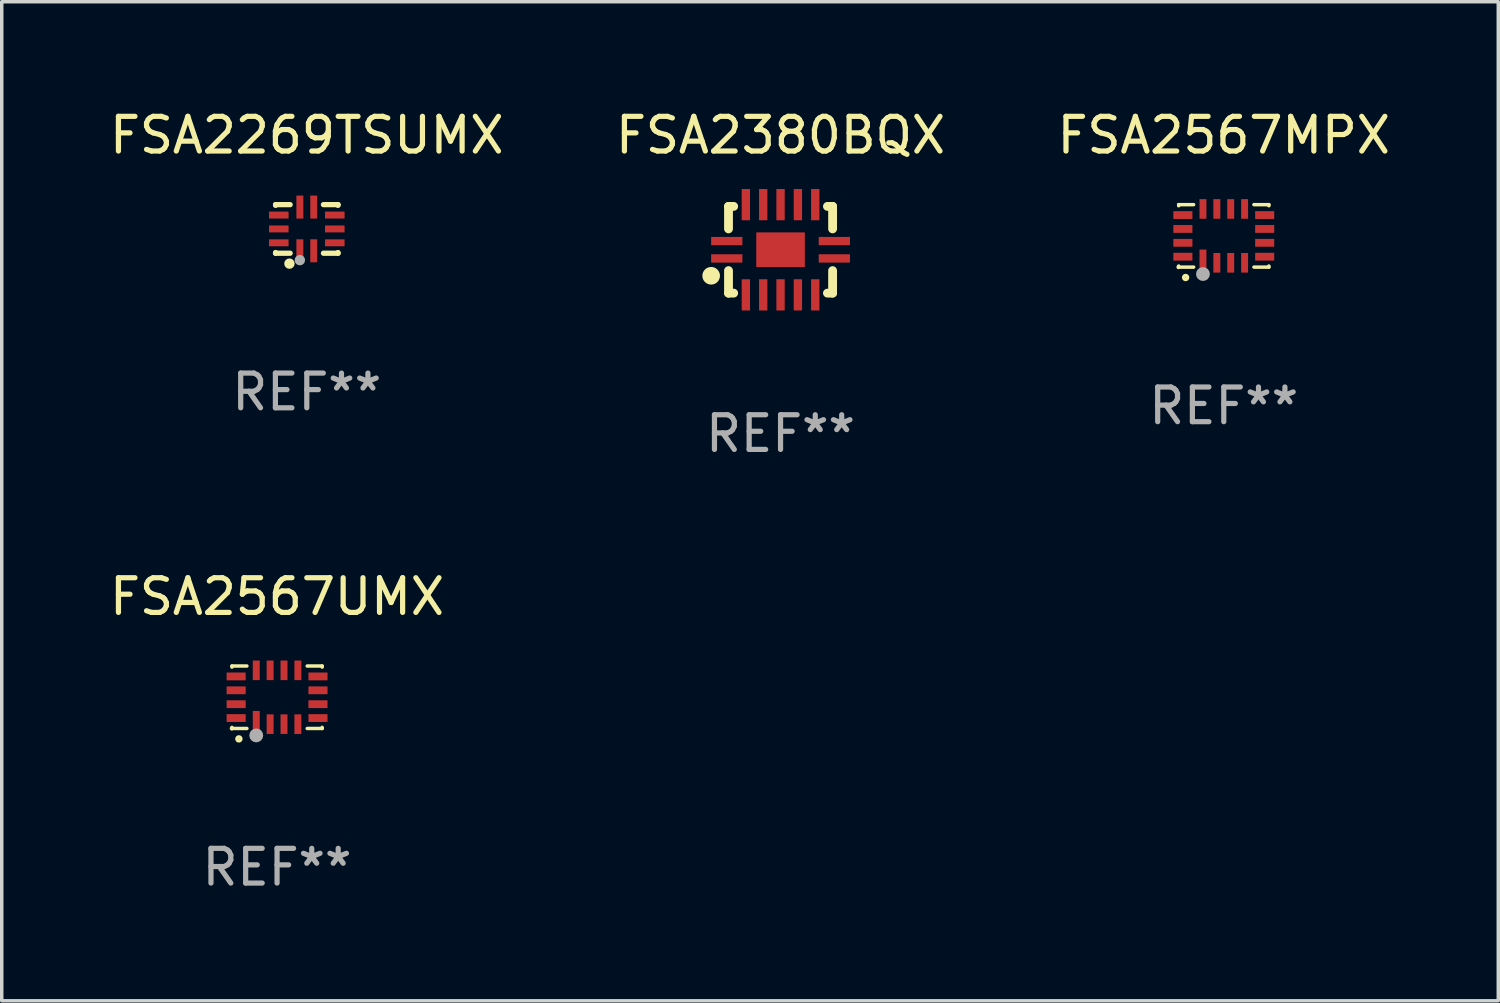
<source format=kicad_pcb>
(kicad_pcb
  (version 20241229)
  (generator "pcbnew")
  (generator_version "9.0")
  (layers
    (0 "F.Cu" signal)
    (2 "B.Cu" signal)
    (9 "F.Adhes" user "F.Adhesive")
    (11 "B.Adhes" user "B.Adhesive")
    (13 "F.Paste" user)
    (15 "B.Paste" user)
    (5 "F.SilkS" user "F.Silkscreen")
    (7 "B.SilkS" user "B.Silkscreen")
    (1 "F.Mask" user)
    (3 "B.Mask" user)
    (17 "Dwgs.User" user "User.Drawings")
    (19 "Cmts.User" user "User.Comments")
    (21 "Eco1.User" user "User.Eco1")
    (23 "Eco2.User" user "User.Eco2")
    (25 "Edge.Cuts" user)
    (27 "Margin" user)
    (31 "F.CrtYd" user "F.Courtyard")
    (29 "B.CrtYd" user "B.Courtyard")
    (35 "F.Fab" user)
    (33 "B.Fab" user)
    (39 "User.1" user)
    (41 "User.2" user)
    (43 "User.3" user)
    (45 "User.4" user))
  (footprint "FSA2567MPX"
    (layer "F.Cu")
    (at 32.22 3.748)
    (property "Reference" "FSA2567MPX" (at 0 -2.9 0) (layer "F.SilkS") (effects (font (size 1 1) (thickness 0.15))))
    (attr through_hole)
    (fp_line (start -1.3 -0.9) (end -0.869 -0.9) (stroke (width 0.1) (type solid)) (layer "F.SilkS"))
    (fp_line (start -1.3 -0.869) (end -1.3 -0.9) (stroke (width 0.1) (type solid)) (layer "F.SilkS"))
    (fp_line (start -1.3 0.9) (end -1.3 0.869) (stroke (width 0.1) (type solid)) (layer "F.SilkS"))
    (fp_line (start -1.3 0.9) (end -0.869 0.9) (stroke (width 0.1) (type solid)) (layer "F.SilkS"))
    (fp_line (start 0.869 -0.9) (end 1.3 -0.9) (stroke (width 0.1) (type solid)) (layer "F.SilkS"))
    (fp_line (start 0.869 0.9) (end 1.3 0.9) (stroke (width 0.1) (type solid)) (layer "F.SilkS"))
    (fp_line (start 1.3 -0.9) (end 1.3 -0.869) (stroke (width 0.1) (type solid)) (layer "F.SilkS"))
    (fp_line (start 1.3 0.869) (end 1.3 0.9) (stroke (width 0.1) (type solid)) (layer "F.SilkS"))
    (fp_circle (center -1.305 0.9) (end -1.275 0.9) (stroke (width 0.06) (type solid)) (fill no) (layer "F.SilkS"))
    (fp_circle (center -1.1 1.2) (end -1.043 1.2) (stroke (width 0.1) (type solid)) (fill no) (layer "F.SilkS"))
    (fp_circle (center -0.6 1.1) (end -0.5 1.1) (stroke (width 0.2) (type solid)) (fill no) (layer "F.Fab"))
    (fp_text user "REF**" (at 0 4.9 0) (layer "F.Fab") (effects (font (size 1 1) (thickness 0.15))))
    (pad "1" smd rect (at -0.6 0.726 90) (size 0.663 0.2) (layers "F.Cu" "F.Mask" "F.Paste"))
    (pad "2" smd rect (at -0.2 0.776) (size 0.2 0.565) (layers "F.Cu" "F.Mask" "F.Paste"))
    (pad "3" smd rect (at 0.2 0.776) (size 0.2 0.565) (layers "F.Cu" "F.Mask" "F.Paste"))
    (pad "4" smd rect (at 0.6 0.776) (size 0.2 0.565) (layers "F.Cu" "F.Mask" "F.Paste"))
    (pad "5" smd rect (at 1.179 0.6) (size 0.55 0.225) (layers "F.Cu" "F.Mask" "F.Paste"))
    (pad "6" smd rect (at 1.179 0.2) (size 0.55 0.225) (layers "F.Cu" "F.Mask" "F.Paste"))
    (pad "7" smd rect (at 1.179 -0.2) (size 0.55 0.225) (layers "F.Cu" "F.Mask" "F.Paste"))
    (pad "8" smd rect (at 1.179 -0.6) (size 0.55 0.225) (layers "F.Cu" "F.Mask" "F.Paste"))
    (pad "9" smd rect (at 0.6 -0.776) (size 0.2 0.565) (layers "F.Cu" "F.Mask" "F.Paste"))
    (pad "10" smd rect (at 0.2 -0.776) (size 0.2 0.565) (layers "F.Cu" "F.Mask" "F.Paste"))
    (pad "11" smd rect (at -0.2 -0.776) (size 0.2 0.565) (layers "F.Cu" "F.Mask" "F.Paste"))
    (pad "12" smd rect (at -0.6 -0.776) (size 0.2 0.565) (layers "F.Cu" "F.Mask" "F.Paste"))
    (pad "13" smd rect (at -1.179 -0.6) (size 0.55 0.225) (layers "F.Cu" "F.Mask" "F.Paste"))
    (pad "14" smd rect (at -1.179 -0.2) (size 0.55 0.225) (layers "F.Cu" "F.Mask" "F.Paste"))
    (pad "15" smd rect (at -1.179 0.2) (size 0.55 0.225) (layers "F.Cu" "F.Mask" "F.Paste"))
    (pad "16" smd rect (at -1.179 0.6) (size 0.55 0.225) (layers "F.Cu" "F.Mask" "F.Paste")))
  (footprint "FSA2269TSUMX"
    (layer "F.Cu")
    (at 5.792 3.548)
    (property "Reference" "FSA2269TSUMX" (at 0 -2.7 0) (layer "F.SilkS") (effects (font (size 1 1) (thickness 0.15))))
    (attr through_hole)
    (fp_line (start -0.9 -0.7) (end -0.9 -0.68) (stroke (width 0.152) (type solid)) (layer "F.SilkS"))
    (fp_line (start -0.9 0.68) (end -0.9 0.7) (stroke (width 0.152) (type solid)) (layer "F.SilkS"))
    (fp_line (start -0.9 0.7) (end -0.48 0.7) (stroke (width 0.152) (type solid)) (layer "F.SilkS"))
    (fp_line (start -0.48 -0.7) (end -0.9 -0.7) (stroke (width 0.152) (type solid)) (layer "F.SilkS"))
    (fp_line (start 0.48 0.7) (end 0.9 0.7) (stroke (width 0.152) (type solid)) (layer "F.SilkS"))
    (fp_line (start 0.9 -0.7) (end 0.48 -0.7) (stroke (width 0.152) (type solid)) (layer "F.SilkS"))
    (fp_line (start 0.9 -0.68) (end 0.9 -0.7) (stroke (width 0.152) (type solid)) (layer "F.SilkS"))
    (fp_line (start 0.9 0.7) (end 0.9 0.68) (stroke (width 0.152) (type solid)) (layer "F.SilkS"))
    (fp_circle (center -0.9 0.7) (end -0.87 0.7) (stroke (width 0.06) (type solid)) (fill no) (layer "F.SilkS"))
    (fp_circle (center -0.5 1) (end -0.425 1) (stroke (width 0.15) (type solid)) (fill no) (layer "F.SilkS"))
    (fp_circle (center -0.2 0.9) (end -0.125 0.9) (stroke (width 0.15) (type solid)) (fill no) (layer "F.Fab"))
    (fp_text user "REF**" (at 0 4.7 0) (layer "F.Fab") (effects (font (size 1 1) (thickness 0.15))))
    (pad "1" smd rect (at -0.2 0.63) (size 0.2 0.663) (layers "F.Cu" "F.Mask" "F.Paste"))
    (pad "2" smd rect (at 0.2 0.63) (size 0.2 0.663) (layers "F.Cu" "F.Mask" "F.Paste"))
    (pad "3" smd rect (at 0.807 0.4) (size 0.563 0.2) (layers "F.Cu" "F.Mask" "F.Paste"))
    (pad "4" smd rect (at 0.807 0) (size 0.563 0.2) (layers "F.Cu" "F.Mask" "F.Paste"))
    (pad "5" smd rect (at 0.807 -0.4) (size 0.563 0.2) (layers "F.Cu" "F.Mask" "F.Paste"))
    (pad "6" smd rect (at 0.2 -0.63) (size 0.2 0.663) (layers "F.Cu" "F.Mask" "F.Paste"))
    (pad "7" smd rect (at -0.2 -0.63) (size 0.2 0.663) (layers "F.Cu" "F.Mask" "F.Paste"))
    (pad "8" smd rect (at -0.807 -0.4) (size 0.563 0.2) (layers "F.Cu" "F.Mask" "F.Paste"))
    (pad "9" smd rect (at -0.807 0) (size 0.563 0.2) (layers "F.Cu" "F.Mask" "F.Paste"))
    (pad "10" smd rect (at -0.807 0.4) (size 0.563 0.2) (layers "F.Cu" "F.Mask" "F.Paste")))
  (footprint "FSA2380BQX"
    (layer "F.Cu")
    (at 19.446 4.148)
    (property "Reference" "FSA2380BQX" (at 0 -3.3 0) (layer "F.SilkS") (effects (font (size 1 1) (thickness 0.15))))
    (attr through_hole)
    (fp_line (start -1.5 -1.25) (end -1.351 -1.25) (stroke (width 0.254) (type solid)) (layer "F.SilkS"))
    (fp_line (start -1.5 -0.601) (end -1.5 -1.25) (stroke (width 0.254) (type solid)) (layer "F.SilkS"))
    (fp_line (start -1.5 1.25) (end -1.5 0.601) (stroke (width 0.254) (type solid)) (layer "F.SilkS"))
    (fp_line (start -1.351 1.25) (end -1.5 1.25) (stroke (width 0.254) (type solid)) (layer "F.SilkS"))
    (fp_line (start 1.351 -1.25) (end 1.5 -1.25) (stroke (width 0.254) (type solid)) (layer "F.SilkS"))
    (fp_line (start 1.5 -1.25) (end 1.5 -0.601) (stroke (width 0.254) (type solid)) (layer "F.SilkS"))
    (fp_line (start 1.5 0.601) (end 1.5 1.25) (stroke (width 0.254) (type solid)) (layer "F.SilkS"))
    (fp_line (start 1.5 1.25) (end 1.351 1.25) (stroke (width 0.254) (type solid)) (layer "F.SilkS"))
    (fp_circle (center -2 0.75) (end -1.873 0.75) (stroke (width 0.254) (type solid)) (fill no) (layer "F.SilkS"))
    (fp_text user "REF**" (at 0 5.3 0) (layer "F.Fab") (effects (font (size 1 1) (thickness 0.15))))
    (pad "1" smd rect (at -1.55 0.25 180) (size 0.9 0.24) (layers "F.Cu" "F.Mask" "F.Paste"))
    (pad "2" smd rect (at -1 1.3 90) (size 0.9 0.24) (layers "F.Cu" "F.Mask" "F.Paste"))
    (pad "3" smd rect (at -0.5 1.3 90) (size 0.9 0.24) (layers "F.Cu" "F.Mask" "F.Paste"))
    (pad "4" smd rect (at 0 1.3 90) (size 0.9 0.24) (layers "F.Cu" "F.Mask" "F.Paste"))
    (pad "5" smd rect (at 0.5 1.3 90) (size 0.9 0.24) (layers "F.Cu" "F.Mask" "F.Paste"))
    (pad "6" smd rect (at 1 1.3 90) (size 0.9 0.24) (layers "F.Cu" "F.Mask" "F.Paste"))
    (pad "7" smd rect (at 1.55 0.25 180) (size 0.9 0.24) (layers "F.Cu" "F.Mask" "F.Paste"))
    (pad "8" smd rect (at 1.55 -0.25 180) (size 0.9 0.24) (layers "F.Cu" "F.Mask" "F.Paste"))
    (pad "9" smd rect (at 1 -1.3 90) (size 0.9 0.24) (layers "F.Cu" "F.Mask" "F.Paste"))
    (pad "10" smd rect (at 0.5 -1.3 90) (size 0.9 0.24) (layers "F.Cu" "F.Mask" "F.Paste"))
    (pad "11" smd rect (at 0 -1.3 90) (size 0.9 0.24) (layers "F.Cu" "F.Mask" "F.Paste"))
    (pad "12" smd rect (at -0.5 -1.3 90) (size 0.9 0.24) (layers "F.Cu" "F.Mask" "F.Paste"))
    (pad "13" smd rect (at -1 -1.3 90) (size 0.9 0.24) (layers "F.Cu" "F.Mask" "F.Paste"))
    (pad "14" smd rect (at -1.55 -0.25 180) (size 0.9 0.24) (layers "F.Cu" "F.Mask" "F.Paste"))
    (pad "15" smd rect (at 0 0 180) (size 1.4 1) (layers "F.Cu" "F.Mask" "F.Paste")))
  (footprint "FSA2567UMX"
    (layer "F.Cu")
    (at 4.935 17.045)
    (property "Reference" "FSA2567UMX" (at 0 -2.9 0) (layer "F.SilkS") (effects (font (size 1 1) (thickness 0.15))))
    (attr through_hole)
    (fp_line (start -1.3 -0.9) (end -0.869 -0.9) (stroke (width 0.1) (type solid)) (layer "F.SilkS"))
    (fp_line (start -1.3 -0.869) (end -1.3 -0.9) (stroke (width 0.1) (type solid)) (layer "F.SilkS"))
    (fp_line (start -1.3 0.9) (end -1.3 0.869) (stroke (width 0.1) (type solid)) (layer "F.SilkS"))
    (fp_line (start -1.3 0.9) (end -0.869 0.9) (stroke (width 0.1) (type solid)) (layer "F.SilkS"))
    (fp_line (start 0.869 -0.9) (end 1.3 -0.9) (stroke (width 0.1) (type solid)) (layer "F.SilkS"))
    (fp_line (start 0.869 0.9) (end 1.3 0.9) (stroke (width 0.1) (type solid)) (layer "F.SilkS"))
    (fp_line (start 1.3 -0.9) (end 1.3 -0.869) (stroke (width 0.1) (type solid)) (layer "F.SilkS"))
    (fp_line (start 1.3 0.869) (end 1.3 0.9) (stroke (width 0.1) (type solid)) (layer "F.SilkS"))
    (fp_circle (center -1.305 0.9) (end -1.275 0.9) (stroke (width 0.06) (type solid)) (fill no) (layer "F.SilkS"))
    (fp_circle (center -1.1 1.2) (end -1.043 1.2) (stroke (width 0.1) (type solid)) (fill no) (layer "F.SilkS"))
    (fp_circle (center -0.6 1.1) (end -0.5 1.1) (stroke (width 0.2) (type solid)) (fill no) (layer "F.Fab"))
    (fp_text user "REF**" (at 0 4.9 0) (layer "F.Fab") (effects (font (size 1 1) (thickness 0.15))))
    (pad "1" smd rect (at -0.6 0.726 90) (size 0.663 0.2) (layers "F.Cu" "F.Mask" "F.Paste"))
    (pad "2" smd rect (at -0.2 0.776) (size 0.2 0.565) (layers "F.Cu" "F.Mask" "F.Paste"))
    (pad "3" smd rect (at 0.2 0.776) (size 0.2 0.565) (layers "F.Cu" "F.Mask" "F.Paste"))
    (pad "4" smd rect (at 0.6 0.776) (size 0.2 0.565) (layers "F.Cu" "F.Mask" "F.Paste"))
    (pad "5" smd rect (at 1.179 0.6) (size 0.55 0.225) (layers "F.Cu" "F.Mask" "F.Paste"))
    (pad "6" smd rect (at 1.179 0.2) (size 0.55 0.225) (layers "F.Cu" "F.Mask" "F.Paste"))
    (pad "7" smd rect (at 1.179 -0.2) (size 0.55 0.225) (layers "F.Cu" "F.Mask" "F.Paste"))
    (pad "8" smd rect (at 1.179 -0.6) (size 0.55 0.225) (layers "F.Cu" "F.Mask" "F.Paste"))
    (pad "9" smd rect (at 0.6 -0.776) (size 0.2 0.565) (layers "F.Cu" "F.Mask" "F.Paste"))
    (pad "10" smd rect (at 0.2 -0.776) (size 0.2 0.565) (layers "F.Cu" "F.Mask" "F.Paste"))
    (pad "11" smd rect (at -0.2 -0.776) (size 0.2 0.565) (layers "F.Cu" "F.Mask" "F.Paste"))
    (pad "12" smd rect (at -0.6 -0.776) (size 0.2 0.565) (layers "F.Cu" "F.Mask" "F.Paste"))
    (pad "13" smd rect (at -1.179 -0.6) (size 0.55 0.225) (layers "F.Cu" "F.Mask" "F.Paste"))
    (pad "14" smd rect (at -1.179 -0.2) (size 0.55 0.225) (layers "F.Cu" "F.Mask" "F.Paste"))
    (pad "15" smd rect (at -1.179 0.2) (size 0.55 0.225) (layers "F.Cu" "F.Mask" "F.Paste"))
    (pad "16" smd rect (at -1.179 0.6) (size 0.55 0.225) (layers "F.Cu" "F.Mask" "F.Paste")))
  (gr_rect
    (start -3 -3)
    (end 40.131 25.793)
    (stroke (width 0.1) (type default))
    (fill no)
    (layer "Edge.Cuts")))
</source>
